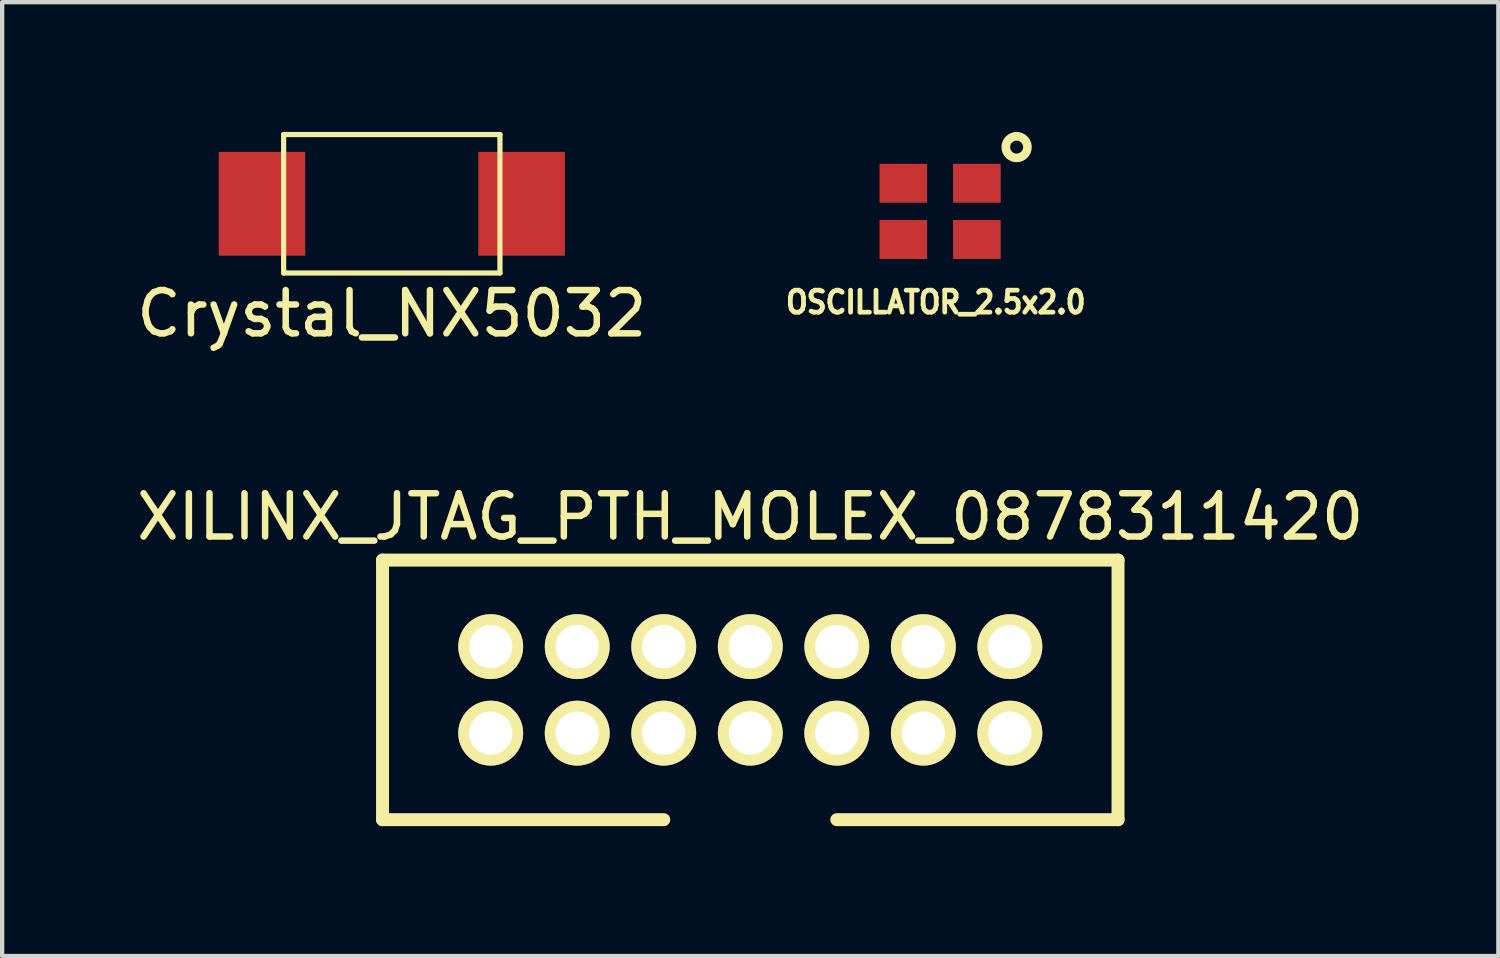
<source format=kicad_pcb>
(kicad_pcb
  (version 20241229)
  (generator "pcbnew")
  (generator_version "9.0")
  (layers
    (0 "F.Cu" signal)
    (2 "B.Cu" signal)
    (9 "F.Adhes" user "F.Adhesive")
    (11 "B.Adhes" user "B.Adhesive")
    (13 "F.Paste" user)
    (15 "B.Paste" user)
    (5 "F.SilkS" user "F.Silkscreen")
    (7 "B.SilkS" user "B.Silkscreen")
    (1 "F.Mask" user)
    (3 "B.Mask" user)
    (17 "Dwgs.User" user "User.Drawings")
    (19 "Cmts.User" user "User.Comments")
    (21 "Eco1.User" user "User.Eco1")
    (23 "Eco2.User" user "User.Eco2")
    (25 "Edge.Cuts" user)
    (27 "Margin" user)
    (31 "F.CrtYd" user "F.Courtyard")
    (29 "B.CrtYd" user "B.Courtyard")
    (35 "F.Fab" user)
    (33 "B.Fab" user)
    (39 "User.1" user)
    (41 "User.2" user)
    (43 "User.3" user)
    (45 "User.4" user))
  (footprint "OSCILLATOR_2.5x2.0"
    (layer "F.Cu")
    (at 18.68 1.836)
    (property "Reference" "OSCILLATOR_2.5x2.0" (at -0.1 2.1 0) (layer "F.SilkS") (effects (font (size 0.508 0.457) (thickness 0.11))))
    (attr through_hole)
    (fp_circle (center 1.768 -1.486) (end 1.768 -1.236) (stroke (width 0.2) (type solid)) (fill no) (layer "F.SilkS"))
    (pad "1" smd rect (at 0.85 -0.65) (size 1.1 0.9) (layers "F.Cu" "F.Mask" "F.Paste"))
    (pad "2" smd rect (at -0.85 -0.65) (size 1.1 0.9) (layers "F.Cu" "F.Mask" "F.Paste"))
    (pad "3" smd rect (at -0.85 0.65) (size 1.1 0.9) (layers "F.Cu" "F.Mask" "F.Paste"))
    (pad "4" smd rect (at 0.85 0.65) (size 1.1 0.9) (layers "F.Cu" "F.Mask" "F.Paste")))
  (footprint "Crystal_NX5032"
    (layer "F.Cu")
    (at 6.006 1.66)
    (property "Reference" "Crystal_NX5032" (at 0 2.54 0) (layer "F.SilkS") (effects (font (size 1 1) (thickness 0.15))))
    (attr through_hole)
    (fp_line (start -2.5 -1.6) (end 2.5 -1.6) (stroke (width 0.12) (type solid)) (layer "F.SilkS"))
    (fp_line (start -2.5 1.6) (end -2.5 -1.6) (stroke (width 0.12) (type solid)) (layer "F.SilkS"))
    (fp_line (start 2.5 -1.6) (end 2.5 1.6) (stroke (width 0.12) (type solid)) (layer "F.SilkS"))
    (fp_line (start 2.5 1.6) (end -2.5 1.6) (stroke (width 0.12) (type solid)) (layer "F.SilkS"))
    (pad "1" smd rect (at 3 0) (size 2 2.4) (layers "F.Cu" "F.Mask" "F.Paste"))
    (pad "2" smd rect (at -3 0) (size 2 2.4) (layers "F.Cu" "F.Mask" "F.Paste")))
  (footprint "XILINX_JTAG_PTH_MOLEX_0878311420"
    (layer "F.Cu")
    (at 14.292 12.896)
    (property "Reference" "XILINX_JTAG_PTH_MOLEX_0878311420" (at 0 -4 0) (layer "F.SilkS") (effects (font (size 1 1) (thickness 0.15))))
    (attr through_hole)
    (fp_line (start -8.5 -3) (end -8.5 3) (stroke (width 0.3) (type solid)) (layer "F.SilkS"))
    (fp_line (start -2 3) (end -8.5 3) (stroke (width 0.3) (type solid)) (layer "F.SilkS"))
    (fp_line (start 8.5 -3) (end -8.5 -3) (stroke (width 0.3) (type solid)) (layer "F.SilkS"))
    (fp_line (start 8.5 -3) (end 8.5 3) (stroke (width 0.3) (type solid)) (layer "F.SilkS"))
    (fp_line (start 8.5 3) (end 2 3) (stroke (width 0.3) (type solid)) (layer "F.SilkS"))
    (pad "1" thru_hole circle (at -6 1) (size 1.5 1.5) (drill 1) (layers "*.Cu" "*.Mask" "F.SilkS" "F.Paste"))
    (pad "2" thru_hole circle (at -6 -1) (size 1.5 1.5) (drill 1) (layers "*.Cu" "*.Mask" "F.SilkS" "F.Paste"))
    (pad "3" thru_hole circle (at -4 1) (size 1.5 1.5) (drill 1) (layers "*.Cu" "*.Mask" "F.SilkS" "F.Paste"))
    (pad "4" thru_hole circle (at -4 -1) (size 1.5 1.5) (drill 1) (layers "*.Cu" "*.Mask" "F.SilkS" "F.Paste"))
    (pad "5" thru_hole circle (at -2 1) (size 1.5 1.5) (drill 1) (layers "*.Cu" "*.Mask" "F.SilkS" "F.Paste"))
    (pad "6" thru_hole circle (at -2 -1) (size 1.5 1.5) (drill 1) (layers "*.Cu" "*.Mask" "F.SilkS" "F.Paste"))
    (pad "7" thru_hole circle (at 0 1) (size 1.5 1.5) (drill 1) (layers "*.Cu" "*.Mask" "F.SilkS" "F.Paste"))
    (pad "8" thru_hole circle (at 0 -1) (size 1.5 1.5) (drill 1) (layers "*.Cu" "*.Mask" "F.SilkS" "F.Paste"))
    (pad "9" thru_hole circle (at 2 1) (size 1.5 1.5) (drill 1) (layers "*.Cu" "*.Mask" "F.SilkS" "F.Paste"))
    (pad "10" thru_hole circle (at 2 -1) (size 1.5 1.5) (drill 1) (layers "*.Cu" "*.Mask" "F.SilkS" "F.Paste"))
    (pad "11" thru_hole circle (at 4 1) (size 1.5 1.5) (drill 1) (layers "*.Cu" "*.Mask" "F.SilkS" "F.Paste"))
    (pad "12" thru_hole circle (at 4 -1) (size 1.5 1.5) (drill 1) (layers "*.Cu" "*.Mask" "F.SilkS" "F.Paste"))
    (pad "13" thru_hole circle (at 6 1) (size 1.5 1.5) (drill 1) (layers "*.Cu" "*.Mask" "F.SilkS" "F.Paste"))
    (pad "14" thru_hole circle (at 6 -1) (size 1.5 1.5) (drill 1) (layers "*.Cu" "*.Mask" "F.SilkS" "F.Paste")))
  (gr_rect
    (start -3 -3)
    (end 31.583 19.047)
    (stroke (width 0.1) (type default))
    (fill no)
    (layer "Edge.Cuts")))
</source>
